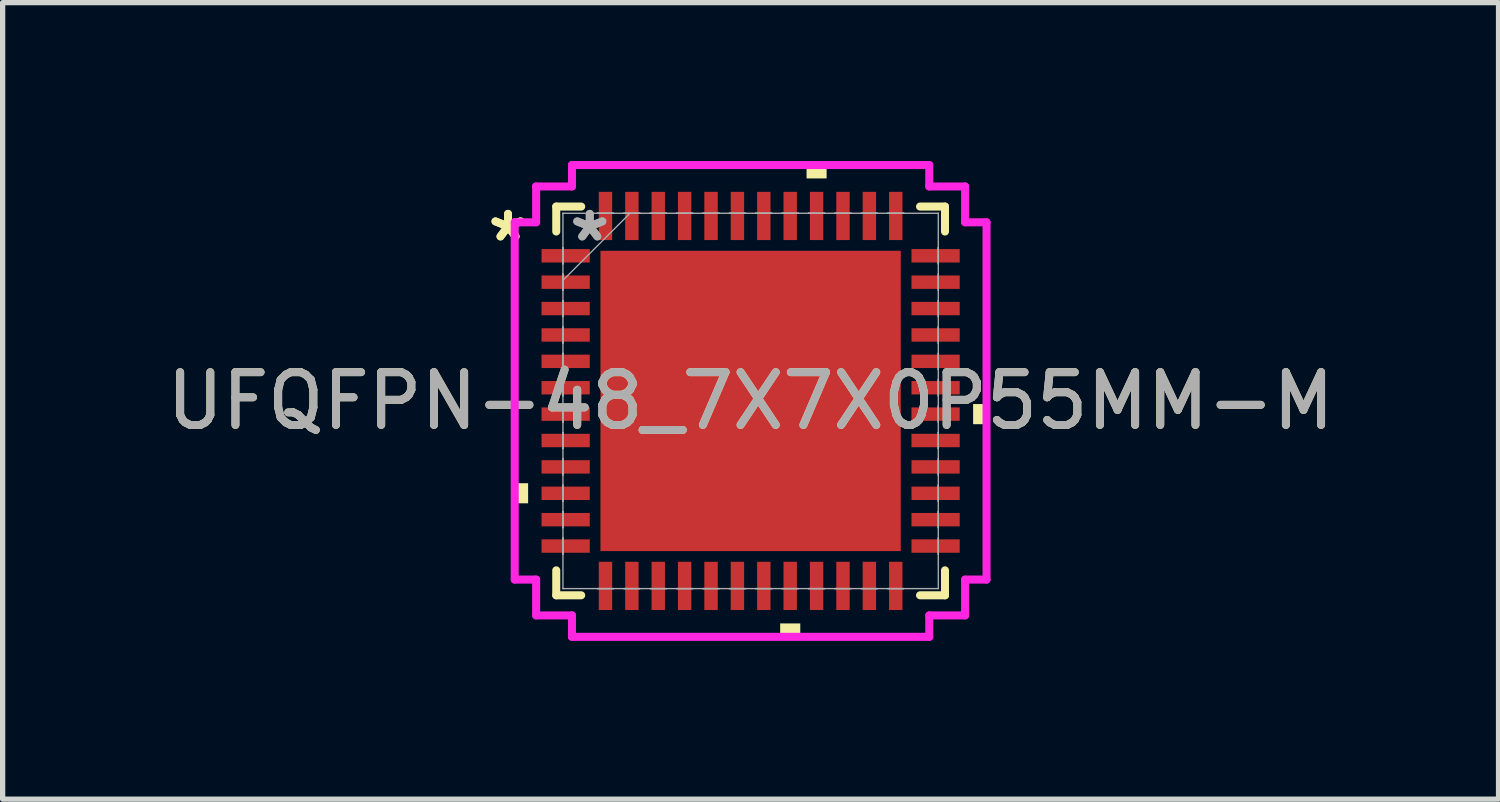
<source format=kicad_pcb>
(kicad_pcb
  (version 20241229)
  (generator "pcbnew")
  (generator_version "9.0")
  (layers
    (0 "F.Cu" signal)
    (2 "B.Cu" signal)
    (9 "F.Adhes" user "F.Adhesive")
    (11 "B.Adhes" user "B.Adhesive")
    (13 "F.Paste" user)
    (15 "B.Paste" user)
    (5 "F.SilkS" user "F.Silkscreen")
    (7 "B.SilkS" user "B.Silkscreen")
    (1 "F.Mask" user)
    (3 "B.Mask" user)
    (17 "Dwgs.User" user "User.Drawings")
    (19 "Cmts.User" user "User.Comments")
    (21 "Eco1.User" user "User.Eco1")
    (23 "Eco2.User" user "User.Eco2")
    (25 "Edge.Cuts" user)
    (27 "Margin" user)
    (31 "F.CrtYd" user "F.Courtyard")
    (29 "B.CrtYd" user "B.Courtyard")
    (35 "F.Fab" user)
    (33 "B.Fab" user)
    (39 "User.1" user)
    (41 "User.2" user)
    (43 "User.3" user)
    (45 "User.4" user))
  (footprint "UFQFPN-48_7X7X0P55MM-M"
    (layer "F.Cu")
    (at 11.173 4.547)
    (property "Reference" "UFQFPN-48_7X7X0P55MM-M" (at 0 0 0) (unlocked yes) (layer "F.SilkS") (effects (font (size 1 1) (thickness 0.15))))
    (attr smd)
    (fp_line (start -3.683 -3.683) (end -3.683 -3.21) (stroke (width 0.152) (type solid)) (layer "F.SilkS"))
    (fp_line (start -3.683 3.21) (end -3.683 3.683) (stroke (width 0.152) (type solid)) (layer "F.SilkS"))
    (fp_line (start -3.683 3.683) (end -3.21 3.683) (stroke (width 0.152) (type solid)) (layer "F.SilkS"))
    (fp_line (start -3.21 -3.683) (end -3.683 -3.683) (stroke (width 0.152) (type solid)) (layer "F.SilkS"))
    (fp_line (start 3.21 3.683) (end 3.683 3.683) (stroke (width 0.152) (type solid)) (layer "F.SilkS"))
    (fp_line (start 3.683 -3.683) (end 3.21 -3.683) (stroke (width 0.152) (type solid)) (layer "F.SilkS"))
    (fp_line (start 3.683 -3.21) (end 3.683 -3.683) (stroke (width 0.152) (type solid)) (layer "F.SilkS"))
    (fp_line (start 3.683 3.683) (end 3.683 3.21) (stroke (width 0.152) (type solid)) (layer "F.SilkS"))
    (fp_poly (pts (xy -4.47 1.559) (xy -4.47 1.94) (xy -4.216 1.94) (xy -4.216 1.559)) (stroke (width 0) (type solid)) (fill yes) (layer "F.SilkS"))
    (fp_poly (pts (xy 0.56 4.216) (xy 0.56 4.47) (xy 0.941 4.47) (xy 0.941 4.216)) (stroke (width 0) (type solid)) (fill yes) (layer "F.SilkS"))
    (fp_poly (pts (xy 1.06 -4.216) (xy 1.06 -4.47) (xy 1.44 -4.47) (xy 1.44 -4.216)) (stroke (width 0) (type solid)) (fill yes) (layer "F.SilkS"))
    (fp_poly (pts (xy 4.47 0.059) (xy 4.47 0.441) (xy 4.216 0.441) (xy 4.216 0.059)) (stroke (width 0) (type solid)) (fill yes) (layer "F.SilkS"))
    (fp_poly (pts (xy -2.745 -2.745) (xy -2.745 -1.522) (xy -1.522 -1.522) (xy -1.522 -2.745)) (stroke (width 0) (type solid)) (fill yes) (layer "F.Paste"))
    (fp_poly (pts (xy -2.745 -1.322) (xy -2.745 -0.1) (xy -1.522 -0.1) (xy -1.522 -1.322)) (stroke (width 0) (type solid)) (fill yes) (layer "F.Paste"))
    (fp_poly (pts (xy -2.745 0.1) (xy -2.745 1.322) (xy -1.522 1.322) (xy -1.522 0.1)) (stroke (width 0) (type solid)) (fill yes) (layer "F.Paste"))
    (fp_poly (pts (xy -2.745 1.522) (xy -2.745 2.745) (xy -1.522 2.745) (xy -1.522 1.522)) (stroke (width 0) (type solid)) (fill yes) (layer "F.Paste"))
    (fp_poly (pts (xy -1.322 -2.745) (xy -1.322 -1.522) (xy -0.1 -1.522) (xy -0.1 -2.745)) (stroke (width 0) (type solid)) (fill yes) (layer "F.Paste"))
    (fp_poly (pts (xy -1.322 -1.322) (xy -1.322 -0.1) (xy -0.1 -0.1) (xy -0.1 -1.322)) (stroke (width 0) (type solid)) (fill yes) (layer "F.Paste"))
    (fp_poly (pts (xy -1.322 0.1) (xy -1.322 1.322) (xy -0.1 1.322) (xy -0.1 0.1)) (stroke (width 0) (type solid)) (fill yes) (layer "F.Paste"))
    (fp_poly (pts (xy -1.322 1.522) (xy -1.322 2.745) (xy -0.1 2.745) (xy -0.1 1.522)) (stroke (width 0) (type solid)) (fill yes) (layer "F.Paste"))
    (fp_poly (pts (xy 0.1 -2.745) (xy 0.1 -1.522) (xy 1.322 -1.522) (xy 1.322 -2.745)) (stroke (width 0) (type solid)) (fill yes) (layer "F.Paste"))
    (fp_poly (pts (xy 0.1 -1.322) (xy 0.1 -0.1) (xy 1.322 -0.1) (xy 1.322 -1.322)) (stroke (width 0) (type solid)) (fill yes) (layer "F.Paste"))
    (fp_poly (pts (xy 0.1 0.1) (xy 0.1 1.322) (xy 1.322 1.322) (xy 1.322 0.1)) (stroke (width 0) (type solid)) (fill yes) (layer "F.Paste"))
    (fp_poly (pts (xy 0.1 1.522) (xy 0.1 2.745) (xy 1.322 2.745) (xy 1.322 1.522)) (stroke (width 0) (type solid)) (fill yes) (layer "F.Paste"))
    (fp_poly (pts (xy 1.522 -2.745) (xy 1.522 -1.522) (xy 2.745 -1.522) (xy 2.745 -2.745)) (stroke (width 0) (type solid)) (fill yes) (layer "F.Paste"))
    (fp_poly (pts (xy 1.522 -1.322) (xy 1.522 -0.1) (xy 2.745 -0.1) (xy 2.745 -1.322)) (stroke (width 0) (type solid)) (fill yes) (layer "F.Paste"))
    (fp_poly (pts (xy 1.522 0.1) (xy 1.522 1.322) (xy 2.745 1.322) (xy 2.745 0.1)) (stroke (width 0) (type solid)) (fill yes) (layer "F.Paste"))
    (fp_poly (pts (xy 1.522 1.522) (xy 1.522 2.745) (xy 2.745 2.745) (xy 2.745 1.522)) (stroke (width 0) (type solid)) (fill yes) (layer "F.Paste"))
    (fp_line (start -4.47 -3.385) (end -4.064 -3.385) (stroke (width 0.152) (type solid)) (layer "F.CrtYd"))
    (fp_line (start -4.47 3.385) (end -4.47 -3.385) (stroke (width 0.152) (type solid)) (layer "F.CrtYd"))
    (fp_line (start -4.064 -4.064) (end -3.385 -4.064) (stroke (width 0.152) (type solid)) (layer "F.CrtYd"))
    (fp_line (start -4.064 -3.385) (end -4.064 -4.064) (stroke (width 0.152) (type solid)) (layer "F.CrtYd"))
    (fp_line (start -4.064 3.385) (end -4.47 3.385) (stroke (width 0.152) (type solid)) (layer "F.CrtYd"))
    (fp_line (start -4.064 4.064) (end -4.064 3.385) (stroke (width 0.152) (type solid)) (layer "F.CrtYd"))
    (fp_line (start -3.385 -4.47) (end 3.385 -4.47) (stroke (width 0.152) (type solid)) (layer "F.CrtYd"))
    (fp_line (start -3.385 -4.064) (end -3.385 -4.47) (stroke (width 0.152) (type solid)) (layer "F.CrtYd"))
    (fp_line (start -3.385 4.064) (end -4.064 4.064) (stroke (width 0.152) (type solid)) (layer "F.CrtYd"))
    (fp_line (start -3.385 4.47) (end -3.385 4.064) (stroke (width 0.152) (type solid)) (layer "F.CrtYd"))
    (fp_line (start 3.385 -4.47) (end 3.385 -4.064) (stroke (width 0.152) (type solid)) (layer "F.CrtYd"))
    (fp_line (start 3.385 -4.064) (end 4.064 -4.064) (stroke (width 0.152) (type solid)) (layer "F.CrtYd"))
    (fp_line (start 3.385 4.064) (end 3.385 4.47) (stroke (width 0.152) (type solid)) (layer "F.CrtYd"))
    (fp_line (start 3.385 4.47) (end -3.385 4.47) (stroke (width 0.152) (type solid)) (layer "F.CrtYd"))
    (fp_line (start 4.064 -4.064) (end 4.064 -3.385) (stroke (width 0.152) (type solid)) (layer "F.CrtYd"))
    (fp_line (start 4.064 -3.385) (end 4.47 -3.385) (stroke (width 0.152) (type solid)) (layer "F.CrtYd"))
    (fp_line (start 4.064 3.385) (end 4.064 4.064) (stroke (width 0.152) (type solid)) (layer "F.CrtYd"))
    (fp_line (start 4.064 4.064) (end 3.385 4.064) (stroke (width 0.152) (type solid)) (layer "F.CrtYd"))
    (fp_line (start 4.47 -3.385) (end 4.47 3.385) (stroke (width 0.152) (type solid)) (layer "F.CrtYd"))
    (fp_line (start 4.47 3.385) (end 4.064 3.385) (stroke (width 0.152) (type solid)) (layer "F.CrtYd"))
    (fp_line (start -3.556 -3.556) (end -3.556 -3.556) (stroke (width 0.025) (type solid)) (layer "F.Fab"))
    (fp_line (start -3.556 -3.556) (end -3.556 3.556) (stroke (width 0.025) (type solid)) (layer "F.Fab"))
    (fp_line (start -3.556 -2.902) (end -3.556 -2.902) (stroke (width 0.025) (type solid)) (layer "F.Fab"))
    (fp_line (start -3.556 -2.902) (end -3.556 -2.598) (stroke (width 0.025) (type solid)) (layer "F.Fab"))
    (fp_line (start -3.556 -2.598) (end -3.556 -2.902) (stroke (width 0.025) (type solid)) (layer "F.Fab"))
    (fp_line (start -3.556 -2.598) (end -3.556 -2.598) (stroke (width 0.025) (type solid)) (layer "F.Fab"))
    (fp_line (start -3.556 -2.402) (end -3.556 -2.402) (stroke (width 0.025) (type solid)) (layer "F.Fab"))
    (fp_line (start -3.556 -2.402) (end -3.556 -2.098) (stroke (width 0.025) (type solid)) (layer "F.Fab"))
    (fp_line (start -3.556 -2.286) (end -2.286 -3.556) (stroke (width 0.025) (type solid)) (layer "F.Fab"))
    (fp_line (start -3.556 -2.098) (end -3.556 -2.402) (stroke (width 0.025) (type solid)) (layer "F.Fab"))
    (fp_line (start -3.556 -2.098) (end -3.556 -2.098) (stroke (width 0.025) (type solid)) (layer "F.Fab"))
    (fp_line (start -3.556 -1.902) (end -3.556 -1.902) (stroke (width 0.025) (type solid)) (layer "F.Fab"))
    (fp_line (start -3.556 -1.902) (end -3.556 -1.598) (stroke (width 0.025) (type solid)) (layer "F.Fab"))
    (fp_line (start -3.556 -1.598) (end -3.556 -1.902) (stroke (width 0.025) (type solid)) (layer "F.Fab"))
    (fp_line (start -3.556 -1.598) (end -3.556 -1.598) (stroke (width 0.025) (type solid)) (layer "F.Fab"))
    (fp_line (start -3.556 -1.402) (end -3.556 -1.402) (stroke (width 0.025) (type solid)) (layer "F.Fab"))
    (fp_line (start -3.556 -1.402) (end -3.556 -1.098) (stroke (width 0.025) (type solid)) (layer "F.Fab"))
    (fp_line (start -3.556 -1.098) (end -3.556 -1.402) (stroke (width 0.025) (type solid)) (layer "F.Fab"))
    (fp_line (start -3.556 -1.098) (end -3.556 -1.098) (stroke (width 0.025) (type solid)) (layer "F.Fab"))
    (fp_line (start -3.556 -0.902) (end -3.556 -0.902) (stroke (width 0.025) (type solid)) (layer "F.Fab"))
    (fp_line (start -3.556 -0.902) (end -3.556 -0.598) (stroke (width 0.025) (type solid)) (layer "F.Fab"))
    (fp_line (start -3.556 -0.598) (end -3.556 -0.902) (stroke (width 0.025) (type solid)) (layer "F.Fab"))
    (fp_line (start -3.556 -0.598) (end -3.556 -0.598) (stroke (width 0.025) (type solid)) (layer "F.Fab"))
    (fp_line (start -3.556 -0.402) (end -3.556 -0.402) (stroke (width 0.025) (type solid)) (layer "F.Fab"))
    (fp_line (start -3.556 -0.402) (end -3.556 -0.098) (stroke (width 0.025) (type solid)) (layer "F.Fab"))
    (fp_line (start -3.556 -0.098) (end -3.556 -0.402) (stroke (width 0.025) (type solid)) (layer "F.Fab"))
    (fp_line (start -3.556 -0.098) (end -3.556 -0.098) (stroke (width 0.025) (type solid)) (layer "F.Fab"))
    (fp_line (start -3.556 0.098) (end -3.556 0.098) (stroke (width 0.025) (type solid)) (layer "F.Fab"))
    (fp_line (start -3.556 0.098) (end -3.556 0.402) (stroke (width 0.025) (type solid)) (layer "F.Fab"))
    (fp_line (start -3.556 0.402) (end -3.556 0.098) (stroke (width 0.025) (type solid)) (layer "F.Fab"))
    (fp_line (start -3.556 0.402) (end -3.556 0.402) (stroke (width 0.025) (type solid)) (layer "F.Fab"))
    (fp_line (start -3.556 0.598) (end -3.556 0.598) (stroke (width 0.025) (type solid)) (layer "F.Fab"))
    (fp_line (start -3.556 0.598) (end -3.556 0.902) (stroke (width 0.025) (type solid)) (layer "F.Fab"))
    (fp_line (start -3.556 0.902) (end -3.556 0.598) (stroke (width 0.025) (type solid)) (layer "F.Fab"))
    (fp_line (start -3.556 0.902) (end -3.556 0.902) (stroke (width 0.025) (type solid)) (layer "F.Fab"))
    (fp_line (start -3.556 1.098) (end -3.556 1.098) (stroke (width 0.025) (type solid)) (layer "F.Fab"))
    (fp_line (start -3.556 1.098) (end -3.556 1.402) (stroke (width 0.025) (type solid)) (layer "F.Fab"))
    (fp_line (start -3.556 1.402) (end -3.556 1.098) (stroke (width 0.025) (type solid)) (layer "F.Fab"))
    (fp_line (start -3.556 1.402) (end -3.556 1.402) (stroke (width 0.025) (type solid)) (layer "F.Fab"))
    (fp_line (start -3.556 1.598) (end -3.556 1.598) (stroke (width 0.025) (type solid)) (layer "F.Fab"))
    (fp_line (start -3.556 1.598) (end -3.556 1.902) (stroke (width 0.025) (type solid)) (layer "F.Fab"))
    (fp_line (start -3.556 1.902) (end -3.556 1.598) (stroke (width 0.025) (type solid)) (layer "F.Fab"))
    (fp_line (start -3.556 1.902) (end -3.556 1.902) (stroke (width 0.025) (type solid)) (layer "F.Fab"))
    (fp_line (start -3.556 2.098) (end -3.556 2.098) (stroke (width 0.025) (type solid)) (layer "F.Fab"))
    (fp_line (start -3.556 2.098) (end -3.556 2.402) (stroke (width 0.025) (type solid)) (layer "F.Fab"))
    (fp_line (start -3.556 2.402) (end -3.556 2.098) (stroke (width 0.025) (type solid)) (layer "F.Fab"))
    (fp_line (start -3.556 2.402) (end -3.556 2.402) (stroke (width 0.025) (type solid)) (layer "F.Fab"))
    (fp_line (start -3.556 2.598) (end -3.556 2.598) (stroke (width 0.025) (type solid)) (layer "F.Fab"))
    (fp_line (start -3.556 2.598) (end -3.556 2.902) (stroke (width 0.025) (type solid)) (layer "F.Fab"))
    (fp_line (start -3.556 2.902) (end -3.556 2.598) (stroke (width 0.025) (type solid)) (layer "F.Fab"))
    (fp_line (start -3.556 2.902) (end -3.556 2.902) (stroke (width 0.025) (type solid)) (layer "F.Fab"))
    (fp_line (start -3.556 3.556) (end -3.556 3.556) (stroke (width 0.025) (type solid)) (layer "F.Fab"))
    (fp_line (start -3.556 3.556) (end 3.556 3.556) (stroke (width 0.025) (type solid)) (layer "F.Fab"))
    (fp_line (start -2.902 -3.556) (end -2.902 -3.556) (stroke (width 0.025) (type solid)) (layer "F.Fab"))
    (fp_line (start -2.902 -3.556) (end -2.598 -3.556) (stroke (width 0.025) (type solid)) (layer "F.Fab"))
    (fp_line (start -2.902 3.556) (end -2.902 3.556) (stroke (width 0.025) (type solid)) (layer "F.Fab"))
    (fp_line (start -2.902 3.556) (end -2.598 3.556) (stroke (width 0.025) (type solid)) (layer "F.Fab"))
    (fp_line (start -2.598 -3.556) (end -2.902 -3.556) (stroke (width 0.025) (type solid)) (layer "F.Fab"))
    (fp_line (start -2.598 -3.556) (end -2.598 -3.556) (stroke (width 0.025) (type solid)) (layer "F.Fab"))
    (fp_line (start -2.598 3.556) (end -2.902 3.556) (stroke (width 0.025) (type solid)) (layer "F.Fab"))
    (fp_line (start -2.598 3.556) (end -2.598 3.556) (stroke (width 0.025) (type solid)) (layer "F.Fab"))
    (fp_line (start -2.402 -3.556) (end -2.402 -3.556) (stroke (width 0.025) (type solid)) (layer "F.Fab"))
    (fp_line (start -2.402 -3.556) (end -2.098 -3.556) (stroke (width 0.025) (type solid)) (layer "F.Fab"))
    (fp_line (start -2.402 3.556) (end -2.402 3.556) (stroke (width 0.025) (type solid)) (layer "F.Fab"))
    (fp_line (start -2.402 3.556) (end -2.098 3.556) (stroke (width 0.025) (type solid)) (layer "F.Fab"))
    (fp_line (start -2.098 -3.556) (end -2.402 -3.556) (stroke (width 0.025) (type solid)) (layer "F.Fab"))
    (fp_line (start -2.098 -3.556) (end -2.098 -3.556) (stroke (width 0.025) (type solid)) (layer "F.Fab"))
    (fp_line (start -2.098 3.556) (end -2.402 3.556) (stroke (width 0.025) (type solid)) (layer "F.Fab"))
    (fp_line (start -2.098 3.556) (end -2.098 3.556) (stroke (width 0.025) (type solid)) (layer "F.Fab"))
    (fp_line (start -1.902 -3.556) (end -1.902 -3.556) (stroke (width 0.025) (type solid)) (layer "F.Fab"))
    (fp_line (start -1.902 -3.556) (end -1.598 -3.556) (stroke (width 0.025) (type solid)) (layer "F.Fab"))
    (fp_line (start -1.902 3.556) (end -1.902 3.556) (stroke (width 0.025) (type solid)) (layer "F.Fab"))
    (fp_line (start -1.902 3.556) (end -1.598 3.556) (stroke (width 0.025) (type solid)) (layer "F.Fab"))
    (fp_line (start -1.598 -3.556) (end -1.902 -3.556) (stroke (width 0.025) (type solid)) (layer "F.Fab"))
    (fp_line (start -1.598 -3.556) (end -1.598 -3.556) (stroke (width 0.025) (type solid)) (layer "F.Fab"))
    (fp_line (start -1.598 3.556) (end -1.902 3.556) (stroke (width 0.025) (type solid)) (layer "F.Fab"))
    (fp_line (start -1.598 3.556) (end -1.598 3.556) (stroke (width 0.025) (type solid)) (layer "F.Fab"))
    (fp_line (start -1.402 -3.556) (end -1.402 -3.556) (stroke (width 0.025) (type solid)) (layer "F.Fab"))
    (fp_line (start -1.402 -3.556) (end -1.098 -3.556) (stroke (width 0.025) (type solid)) (layer "F.Fab"))
    (fp_line (start -1.402 3.556) (end -1.402 3.556) (stroke (width 0.025) (type solid)) (layer "F.Fab"))
    (fp_line (start -1.402 3.556) (end -1.098 3.556) (stroke (width 0.025) (type solid)) (layer "F.Fab"))
    (fp_line (start -1.098 -3.556) (end -1.402 -3.556) (stroke (width 0.025) (type solid)) (layer "F.Fab"))
    (fp_line (start -1.098 -3.556) (end -1.098 -3.556) (stroke (width 0.025) (type solid)) (layer "F.Fab"))
    (fp_line (start -1.098 3.556) (end -1.402 3.556) (stroke (width 0.025) (type solid)) (layer "F.Fab"))
    (fp_line (start -1.098 3.556) (end -1.098 3.556) (stroke (width 0.025) (type solid)) (layer "F.Fab"))
    (fp_line (start -0.902 -3.556) (end -0.902 -3.556) (stroke (width 0.025) (type solid)) (layer "F.Fab"))
    (fp_line (start -0.902 -3.556) (end -0.598 -3.556) (stroke (width 0.025) (type solid)) (layer "F.Fab"))
    (fp_line (start -0.902 3.556) (end -0.902 3.556) (stroke (width 0.025) (type solid)) (layer "F.Fab"))
    (fp_line (start -0.902 3.556) (end -0.598 3.556) (stroke (width 0.025) (type solid)) (layer "F.Fab"))
    (fp_line (start -0.598 -3.556) (end -0.902 -3.556) (stroke (width 0.025) (type solid)) (layer "F.Fab"))
    (fp_line (start -0.598 -3.556) (end -0.598 -3.556) (stroke (width 0.025) (type solid)) (layer "F.Fab"))
    (fp_line (start -0.598 3.556) (end -0.902 3.556) (stroke (width 0.025) (type solid)) (layer "F.Fab"))
    (fp_line (start -0.598 3.556) (end -0.598 3.556) (stroke (width 0.025) (type solid)) (layer "F.Fab"))
    (fp_line (start -0.402 -3.556) (end -0.402 -3.556) (stroke (width 0.025) (type solid)) (layer "F.Fab"))
    (fp_line (start -0.402 -3.556) (end -0.098 -3.556) (stroke (width 0.025) (type solid)) (layer "F.Fab"))
    (fp_line (start -0.402 3.556) (end -0.402 3.556) (stroke (width 0.025) (type solid)) (layer "F.Fab"))
    (fp_line (start -0.402 3.556) (end -0.098 3.556) (stroke (width 0.025) (type solid)) (layer "F.Fab"))
    (fp_line (start -0.098 -3.556) (end -0.402 -3.556) (stroke (width 0.025) (type solid)) (layer "F.Fab"))
    (fp_line (start -0.098 -3.556) (end -0.098 -3.556) (stroke (width 0.025) (type solid)) (layer "F.Fab"))
    (fp_line (start -0.098 3.556) (end -0.402 3.556) (stroke (width 0.025) (type solid)) (layer "F.Fab"))
    (fp_line (start -0.098 3.556) (end -0.098 3.556) (stroke (width 0.025) (type solid)) (layer "F.Fab"))
    (fp_line (start 0.098 -3.556) (end 0.098 -3.556) (stroke (width 0.025) (type solid)) (layer "F.Fab"))
    (fp_line (start 0.098 -3.556) (end 0.402 -3.556) (stroke (width 0.025) (type solid)) (layer "F.Fab"))
    (fp_line (start 0.098 3.556) (end 0.098 3.556) (stroke (width 0.025) (type solid)) (layer "F.Fab"))
    (fp_line (start 0.098 3.556) (end 0.402 3.556) (stroke (width 0.025) (type solid)) (layer "F.Fab"))
    (fp_line (start 0.402 -3.556) (end 0.098 -3.556) (stroke (width 0.025) (type solid)) (layer "F.Fab"))
    (fp_line (start 0.402 -3.556) (end 0.402 -3.556) (stroke (width 0.025) (type solid)) (layer "F.Fab"))
    (fp_line (start 0.402 3.556) (end 0.098 3.556) (stroke (width 0.025) (type solid)) (layer "F.Fab"))
    (fp_line (start 0.402 3.556) (end 0.402 3.556) (stroke (width 0.025) (type solid)) (layer "F.Fab"))
    (fp_line (start 0.598 -3.556) (end 0.598 -3.556) (stroke (width 0.025) (type solid)) (layer "F.Fab"))
    (fp_line (start 0.598 -3.556) (end 0.902 -3.556) (stroke (width 0.025) (type solid)) (layer "F.Fab"))
    (fp_line (start 0.598 3.556) (end 0.598 3.556) (stroke (width 0.025) (type solid)) (layer "F.Fab"))
    (fp_line (start 0.598 3.556) (end 0.902 3.556) (stroke (width 0.025) (type solid)) (layer "F.Fab"))
    (fp_line (start 0.902 -3.556) (end 0.598 -3.556) (stroke (width 0.025) (type solid)) (layer "F.Fab"))
    (fp_line (start 0.902 -3.556) (end 0.902 -3.556) (stroke (width 0.025) (type solid)) (layer "F.Fab"))
    (fp_line (start 0.902 3.556) (end 0.598 3.556) (stroke (width 0.025) (type solid)) (layer "F.Fab"))
    (fp_line (start 0.902 3.556) (end 0.902 3.556) (stroke (width 0.025) (type solid)) (layer "F.Fab"))
    (fp_line (start 1.098 -3.556) (end 1.098 -3.556) (stroke (width 0.025) (type solid)) (layer "F.Fab"))
    (fp_line (start 1.098 -3.556) (end 1.402 -3.556) (stroke (width 0.025) (type solid)) (layer "F.Fab"))
    (fp_line (start 1.098 3.556) (end 1.098 3.556) (stroke (width 0.025) (type solid)) (layer "F.Fab"))
    (fp_line (start 1.098 3.556) (end 1.402 3.556) (stroke (width 0.025) (type solid)) (layer "F.Fab"))
    (fp_line (start 1.402 -3.556) (end 1.098 -3.556) (stroke (width 0.025) (type solid)) (layer "F.Fab"))
    (fp_line (start 1.402 -3.556) (end 1.402 -3.556) (stroke (width 0.025) (type solid)) (layer "F.Fab"))
    (fp_line (start 1.402 3.556) (end 1.098 3.556) (stroke (width 0.025) (type solid)) (layer "F.Fab"))
    (fp_line (start 1.402 3.556) (end 1.402 3.556) (stroke (width 0.025) (type solid)) (layer "F.Fab"))
    (fp_line (start 1.598 -3.556) (end 1.598 -3.556) (stroke (width 0.025) (type solid)) (layer "F.Fab"))
    (fp_line (start 1.598 -3.556) (end 1.902 -3.556) (stroke (width 0.025) (type solid)) (layer "F.Fab"))
    (fp_line (start 1.598 3.556) (end 1.598 3.556) (stroke (width 0.025) (type solid)) (layer "F.Fab"))
    (fp_line (start 1.598 3.556) (end 1.902 3.556) (stroke (width 0.025) (type solid)) (layer "F.Fab"))
    (fp_line (start 1.902 -3.556) (end 1.598 -3.556) (stroke (width 0.025) (type solid)) (layer "F.Fab"))
    (fp_line (start 1.902 -3.556) (end 1.902 -3.556) (stroke (width 0.025) (type solid)) (layer "F.Fab"))
    (fp_line (start 1.902 3.556) (end 1.598 3.556) (stroke (width 0.025) (type solid)) (layer "F.Fab"))
    (fp_line (start 1.902 3.556) (end 1.902 3.556) (stroke (width 0.025) (type solid)) (layer "F.Fab"))
    (fp_line (start 2.098 -3.556) (end 2.098 -3.556) (stroke (width 0.025) (type solid)) (layer "F.Fab"))
    (fp_line (start 2.098 -3.556) (end 2.402 -3.556) (stroke (width 0.025) (type solid)) (layer "F.Fab"))
    (fp_line (start 2.098 3.556) (end 2.098 3.556) (stroke (width 0.025) (type solid)) (layer "F.Fab"))
    (fp_line (start 2.098 3.556) (end 2.402 3.556) (stroke (width 0.025) (type solid)) (layer "F.Fab"))
    (fp_line (start 2.402 -3.556) (end 2.098 -3.556) (stroke (width 0.025) (type solid)) (layer "F.Fab"))
    (fp_line (start 2.402 -3.556) (end 2.402 -3.556) (stroke (width 0.025) (type solid)) (layer "F.Fab"))
    (fp_line (start 2.402 3.556) (end 2.098 3.556) (stroke (width 0.025) (type solid)) (layer "F.Fab"))
    (fp_line (start 2.402 3.556) (end 2.402 3.556) (stroke (width 0.025) (type solid)) (layer "F.Fab"))
    (fp_line (start 2.598 -3.556) (end 2.598 -3.556) (stroke (width 0.025) (type solid)) (layer "F.Fab"))
    (fp_line (start 2.598 -3.556) (end 2.902 -3.556) (stroke (width 0.025) (type solid)) (layer "F.Fab"))
    (fp_line (start 2.598 3.556) (end 2.598 3.556) (stroke (width 0.025) (type solid)) (layer "F.Fab"))
    (fp_line (start 2.598 3.556) (end 2.902 3.556) (stroke (width 0.025) (type solid)) (layer "F.Fab"))
    (fp_line (start 2.902 -3.556) (end 2.598 -3.556) (stroke (width 0.025) (type solid)) (layer "F.Fab"))
    (fp_line (start 2.902 -3.556) (end 2.902 -3.556) (stroke (width 0.025) (type solid)) (layer "F.Fab"))
    (fp_line (start 2.902 3.556) (end 2.598 3.556) (stroke (width 0.025) (type solid)) (layer "F.Fab"))
    (fp_line (start 2.902 3.556) (end 2.902 3.556) (stroke (width 0.025) (type solid)) (layer "F.Fab"))
    (fp_line (start 3.556 -3.556) (end -3.556 -3.556) (stroke (width 0.025) (type solid)) (layer "F.Fab"))
    (fp_line (start 3.556 -3.556) (end 3.556 -3.556) (stroke (width 0.025) (type solid)) (layer "F.Fab"))
    (fp_line (start 3.556 -2.902) (end 3.556 -2.902) (stroke (width 0.025) (type solid)) (layer "F.Fab"))
    (fp_line (start 3.556 -2.902) (end 3.556 -2.598) (stroke (width 0.025) (type solid)) (layer "F.Fab"))
    (fp_line (start 3.556 -2.598) (end 3.556 -2.902) (stroke (width 0.025) (type solid)) (layer "F.Fab"))
    (fp_line (start 3.556 -2.598) (end 3.556 -2.598) (stroke (width 0.025) (type solid)) (layer "F.Fab"))
    (fp_line (start 3.556 -2.402) (end 3.556 -2.402) (stroke (width 0.025) (type solid)) (layer "F.Fab"))
    (fp_line (start 3.556 -2.402) (end 3.556 -2.098) (stroke (width 0.025) (type solid)) (layer "F.Fab"))
    (fp_line (start 3.556 -2.098) (end 3.556 -2.402) (stroke (width 0.025) (type solid)) (layer "F.Fab"))
    (fp_line (start 3.556 -2.098) (end 3.556 -2.098) (stroke (width 0.025) (type solid)) (layer "F.Fab"))
    (fp_line (start 3.556 -1.902) (end 3.556 -1.902) (stroke (width 0.025) (type solid)) (layer "F.Fab"))
    (fp_line (start 3.556 -1.902) (end 3.556 -1.598) (stroke (width 0.025) (type solid)) (layer "F.Fab"))
    (fp_line (start 3.556 -1.598) (end 3.556 -1.902) (stroke (width 0.025) (type solid)) (layer "F.Fab"))
    (fp_line (start 3.556 -1.598) (end 3.556 -1.598) (stroke (width 0.025) (type solid)) (layer "F.Fab"))
    (fp_line (start 3.556 -1.402) (end 3.556 -1.402) (stroke (width 0.025) (type solid)) (layer "F.Fab"))
    (fp_line (start 3.556 -1.402) (end 3.556 -1.098) (stroke (width 0.025) (type solid)) (layer "F.Fab"))
    (fp_line (start 3.556 -1.098) (end 3.556 -1.402) (stroke (width 0.025) (type solid)) (layer "F.Fab"))
    (fp_line (start 3.556 -1.098) (end 3.556 -1.098) (stroke (width 0.025) (type solid)) (layer "F.Fab"))
    (fp_line (start 3.556 -0.902) (end 3.556 -0.902) (stroke (width 0.025) (type solid)) (layer "F.Fab"))
    (fp_line (start 3.556 -0.902) (end 3.556 -0.598) (stroke (width 0.025) (type solid)) (layer "F.Fab"))
    (fp_line (start 3.556 -0.598) (end 3.556 -0.902) (stroke (width 0.025) (type solid)) (layer "F.Fab"))
    (fp_line (start 3.556 -0.598) (end 3.556 -0.598) (stroke (width 0.025) (type solid)) (layer "F.Fab"))
    (fp_line (start 3.556 -0.402) (end 3.556 -0.402) (stroke (width 0.025) (type solid)) (layer "F.Fab"))
    (fp_line (start 3.556 -0.402) (end 3.556 -0.098) (stroke (width 0.025) (type solid)) (layer "F.Fab"))
    (fp_line (start 3.556 -0.098) (end 3.556 -0.402) (stroke (width 0.025) (type solid)) (layer "F.Fab"))
    (fp_line (start 3.556 -0.098) (end 3.556 -0.098) (stroke (width 0.025) (type solid)) (layer "F.Fab"))
    (fp_line (start 3.556 0.098) (end 3.556 0.098) (stroke (width 0.025) (type solid)) (layer "F.Fab"))
    (fp_line (start 3.556 0.098) (end 3.556 0.402) (stroke (width 0.025) (type solid)) (layer "F.Fab"))
    (fp_line (start 3.556 0.402) (end 3.556 0.098) (stroke (width 0.025) (type solid)) (layer "F.Fab"))
    (fp_line (start 3.556 0.402) (end 3.556 0.402) (stroke (width 0.025) (type solid)) (layer "F.Fab"))
    (fp_line (start 3.556 0.598) (end 3.556 0.598) (stroke (width 0.025) (type solid)) (layer "F.Fab"))
    (fp_line (start 3.556 0.598) (end 3.556 0.902) (stroke (width 0.025) (type solid)) (layer "F.Fab"))
    (fp_line (start 3.556 0.902) (end 3.556 0.598) (stroke (width 0.025) (type solid)) (layer "F.Fab"))
    (fp_line (start 3.556 0.902) (end 3.556 0.902) (stroke (width 0.025) (type solid)) (layer "F.Fab"))
    (fp_line (start 3.556 1.098) (end 3.556 1.098) (stroke (width 0.025) (type solid)) (layer "F.Fab"))
    (fp_line (start 3.556 1.098) (end 3.556 1.402) (stroke (width 0.025) (type solid)) (layer "F.Fab"))
    (fp_line (start 3.556 1.402) (end 3.556 1.098) (stroke (width 0.025) (type solid)) (layer "F.Fab"))
    (fp_line (start 3.556 1.402) (end 3.556 1.402) (stroke (width 0.025) (type solid)) (layer "F.Fab"))
    (fp_line (start 3.556 1.598) (end 3.556 1.598) (stroke (width 0.025) (type solid)) (layer "F.Fab"))
    (fp_line (start 3.556 1.598) (end 3.556 1.902) (stroke (width 0.025) (type solid)) (layer "F.Fab"))
    (fp_line (start 3.556 1.902) (end 3.556 1.598) (stroke (width 0.025) (type solid)) (layer "F.Fab"))
    (fp_line (start 3.556 1.902) (end 3.556 1.902) (stroke (width 0.025) (type solid)) (layer "F.Fab"))
    (fp_line (start 3.556 2.098) (end 3.556 2.098) (stroke (width 0.025) (type solid)) (layer "F.Fab"))
    (fp_line (start 3.556 2.098) (end 3.556 2.402) (stroke (width 0.025) (type solid)) (layer "F.Fab"))
    (fp_line (start 3.556 2.402) (end 3.556 2.098) (stroke (width 0.025) (type solid)) (layer "F.Fab"))
    (fp_line (start 3.556 2.402) (end 3.556 2.402) (stroke (width 0.025) (type solid)) (layer "F.Fab"))
    (fp_line (start 3.556 2.598) (end 3.556 2.598) (stroke (width 0.025) (type solid)) (layer "F.Fab"))
    (fp_line (start 3.556 2.598) (end 3.556 2.902) (stroke (width 0.025) (type solid)) (layer "F.Fab"))
    (fp_line (start 3.556 2.902) (end 3.556 2.598) (stroke (width 0.025) (type solid)) (layer "F.Fab"))
    (fp_line (start 3.556 2.902) (end 3.556 2.902) (stroke (width 0.025) (type solid)) (layer "F.Fab"))
    (fp_line (start 3.556 3.556) (end 3.556 -3.556) (stroke (width 0.025) (type solid)) (layer "F.Fab"))
    (fp_line (start 3.556 3.556) (end 3.556 3.556) (stroke (width 0.025) (type solid)) (layer "F.Fab"))
    (fp_text user "*" (at -4.597 -3 0) (layer "F.SilkS") (effects (font (size 1 1) (thickness 0.15))))
    (fp_text user "*" (at -4.597 -3 0) (unlocked yes) (layer "F.SilkS") (effects (font (size 1 1) (thickness 0.15))))
    (fp_text user "${REFERENCE}" (at 0 0 0) (unlocked yes) (layer "F.Fab") (effects (font (size 1 1) (thickness 0.15))))
    (fp_text user "*" (at -3.048 -3 0) (unlocked yes) (layer "F.Fab") (effects (font (size 1 1) (thickness 0.15))))
    (fp_text user "*" (at -3.048 -3 0) (layer "F.Fab") (effects (font (size 1 1) (thickness 0.15))))
    (pad "1" smd rect (at -3.505 -2.75 90) (size 0.254 0.914) (layers "F.Cu" "F.Mask" "F.Paste"))
    (pad "2" smd rect (at -3.505 -2.25 90) (size 0.254 0.914) (layers "F.Cu" "F.Mask" "F.Paste"))
    (pad "3" smd rect (at -3.505 -1.75 90) (size 0.254 0.914) (layers "F.Cu" "F.Mask" "F.Paste"))
    (pad "4" smd rect (at -3.505 -1.25 90) (size 0.254 0.914) (layers "F.Cu" "F.Mask" "F.Paste"))
    (pad "5" smd rect (at -3.505 -0.75 90) (size 0.254 0.914) (layers "F.Cu" "F.Mask" "F.Paste"))
    (pad "6" smd rect (at -3.505 -0.25 90) (size 0.254 0.914) (layers "F.Cu" "F.Mask" "F.Paste"))
    (pad "7" smd rect (at -3.505 0.25 90) (size 0.254 0.914) (layers "F.Cu" "F.Mask" "F.Paste"))
    (pad "8" smd rect (at -3.505 0.75 90) (size 0.254 0.914) (layers "F.Cu" "F.Mask" "F.Paste"))
    (pad "9" smd rect (at -3.505 1.25 90) (size 0.254 0.914) (layers "F.Cu" "F.Mask" "F.Paste"))
    (pad "10" smd rect (at -3.505 1.75 90) (size 0.254 0.914) (layers "F.Cu" "F.Mask" "F.Paste"))
    (pad "11" smd rect (at -3.505 2.25 90) (size 0.254 0.914) (layers "F.Cu" "F.Mask" "F.Paste"))
    (pad "12" smd rect (at -3.505 2.75 90) (size 0.254 0.914) (layers "F.Cu" "F.Mask" "F.Paste"))
    (pad "13" smd rect (at -2.75 3.505) (size 0.254 0.914) (layers "F.Cu" "F.Mask" "F.Paste"))
    (pad "14" smd rect (at -2.25 3.505) (size 0.254 0.914) (layers "F.Cu" "F.Mask" "F.Paste"))
    (pad "15" smd rect (at -1.75 3.505) (size 0.254 0.914) (layers "F.Cu" "F.Mask" "F.Paste"))
    (pad "16" smd rect (at -1.25 3.505) (size 0.254 0.914) (layers "F.Cu" "F.Mask" "F.Paste"))
    (pad "17" smd rect (at -0.75 3.505) (size 0.254 0.914) (layers "F.Cu" "F.Mask" "F.Paste"))
    (pad "18" smd rect (at -0.25 3.505) (size 0.254 0.914) (layers "F.Cu" "F.Mask" "F.Paste"))
    (pad "19" smd rect (at 0.25 3.505) (size 0.254 0.914) (layers "F.Cu" "F.Mask" "F.Paste"))
    (pad "20" smd rect (at 0.75 3.505) (size 0.254 0.914) (layers "F.Cu" "F.Mask" "F.Paste"))
    (pad "21" smd rect (at 1.25 3.505) (size 0.254 0.914) (layers "F.Cu" "F.Mask" "F.Paste"))
    (pad "22" smd rect (at 1.75 3.505) (size 0.254 0.914) (layers "F.Cu" "F.Mask" "F.Paste"))
    (pad "23" smd rect (at 2.25 3.505) (size 0.254 0.914) (layers "F.Cu" "F.Mask" "F.Paste"))
    (pad "24" smd rect (at 2.75 3.505) (size 0.254 0.914) (layers "F.Cu" "F.Mask" "F.Paste"))
    (pad "25" smd rect (at 3.505 2.75 90) (size 0.254 0.914) (layers "F.Cu" "F.Mask" "F.Paste"))
    (pad "26" smd rect (at 3.505 2.25 90) (size 0.254 0.914) (layers "F.Cu" "F.Mask" "F.Paste"))
    (pad "27" smd rect (at 3.505 1.75 90) (size 0.254 0.914) (layers "F.Cu" "F.Mask" "F.Paste"))
    (pad "28" smd rect (at 3.505 1.25 90) (size 0.254 0.914) (layers "F.Cu" "F.Mask" "F.Paste"))
    (pad "29" smd rect (at 3.505 0.75 90) (size 0.254 0.914) (layers "F.Cu" "F.Mask" "F.Paste"))
    (pad "30" smd rect (at 3.505 0.25 90) (size 0.254 0.914) (layers "F.Cu" "F.Mask" "F.Paste"))
    (pad "31" smd rect (at 3.505 -0.25 90) (size 0.254 0.914) (layers "F.Cu" "F.Mask" "F.Paste"))
    (pad "32" smd rect (at 3.505 -0.75 90) (size 0.254 0.914) (layers "F.Cu" "F.Mask" "F.Paste"))
    (pad "33" smd rect (at 3.505 -1.25 90) (size 0.254 0.914) (layers "F.Cu" "F.Mask" "F.Paste"))
    (pad "34" smd rect (at 3.505 -1.75 90) (size 0.254 0.914) (layers "F.Cu" "F.Mask" "F.Paste"))
    (pad "35" smd rect (at 3.505 -2.25 90) (size 0.254 0.914) (layers "F.Cu" "F.Mask" "F.Paste"))
    (pad "36" smd rect (at 3.505 -2.75 90) (size 0.254 0.914) (layers "F.Cu" "F.Mask" "F.Paste"))
    (pad "37" smd rect (at 2.75 -3.505) (size 0.254 0.914) (layers "F.Cu" "F.Mask" "F.Paste"))
    (pad "38" smd rect (at 2.25 -3.505) (size 0.254 0.914) (layers "F.Cu" "F.Mask" "F.Paste"))
    (pad "39" smd rect (at 1.75 -3.505) (size 0.254 0.914) (layers "F.Cu" "F.Mask" "F.Paste"))
    (pad "40" smd rect (at 1.25 -3.505) (size 0.254 0.914) (layers "F.Cu" "F.Mask" "F.Paste"))
    (pad "41" smd rect (at 0.75 -3.505) (size 0.254 0.914) (layers "F.Cu" "F.Mask" "F.Paste"))
    (pad "42" smd rect (at 0.25 -3.505) (size 0.254 0.914) (layers "F.Cu" "F.Mask" "F.Paste"))
    (pad "43" smd rect (at -0.25 -3.505) (size 0.254 0.914) (layers "F.Cu" "F.Mask" "F.Paste"))
    (pad "44" smd rect (at -0.75 -3.505) (size 0.254 0.914) (layers "F.Cu" "F.Mask" "F.Paste"))
    (pad "45" smd rect (at -1.25 -3.505) (size 0.254 0.914) (layers "F.Cu" "F.Mask" "F.Paste"))
    (pad "46" smd rect (at -1.75 -3.505) (size 0.254 0.914) (layers "F.Cu" "F.Mask" "F.Paste"))
    (pad "47" smd rect (at -2.25 -3.505) (size 0.254 0.914) (layers "F.Cu" "F.Mask" "F.Paste"))
    (pad "48" smd rect (at -2.75 -3.505) (size 0.254 0.914) (layers "F.Cu" "F.Mask" "F.Paste"))
    (pad "49" smd rect (at 0 0) (size 5.69 5.69) (layers "F.Cu" "F.Mask" "F.Paste")))
  (gr_rect
    (start -3 -3)
    (end 25.345 12.093)
    (stroke (width 0.1) (type default))
    (fill no)
    (layer "Edge.Cuts")))
</source>
